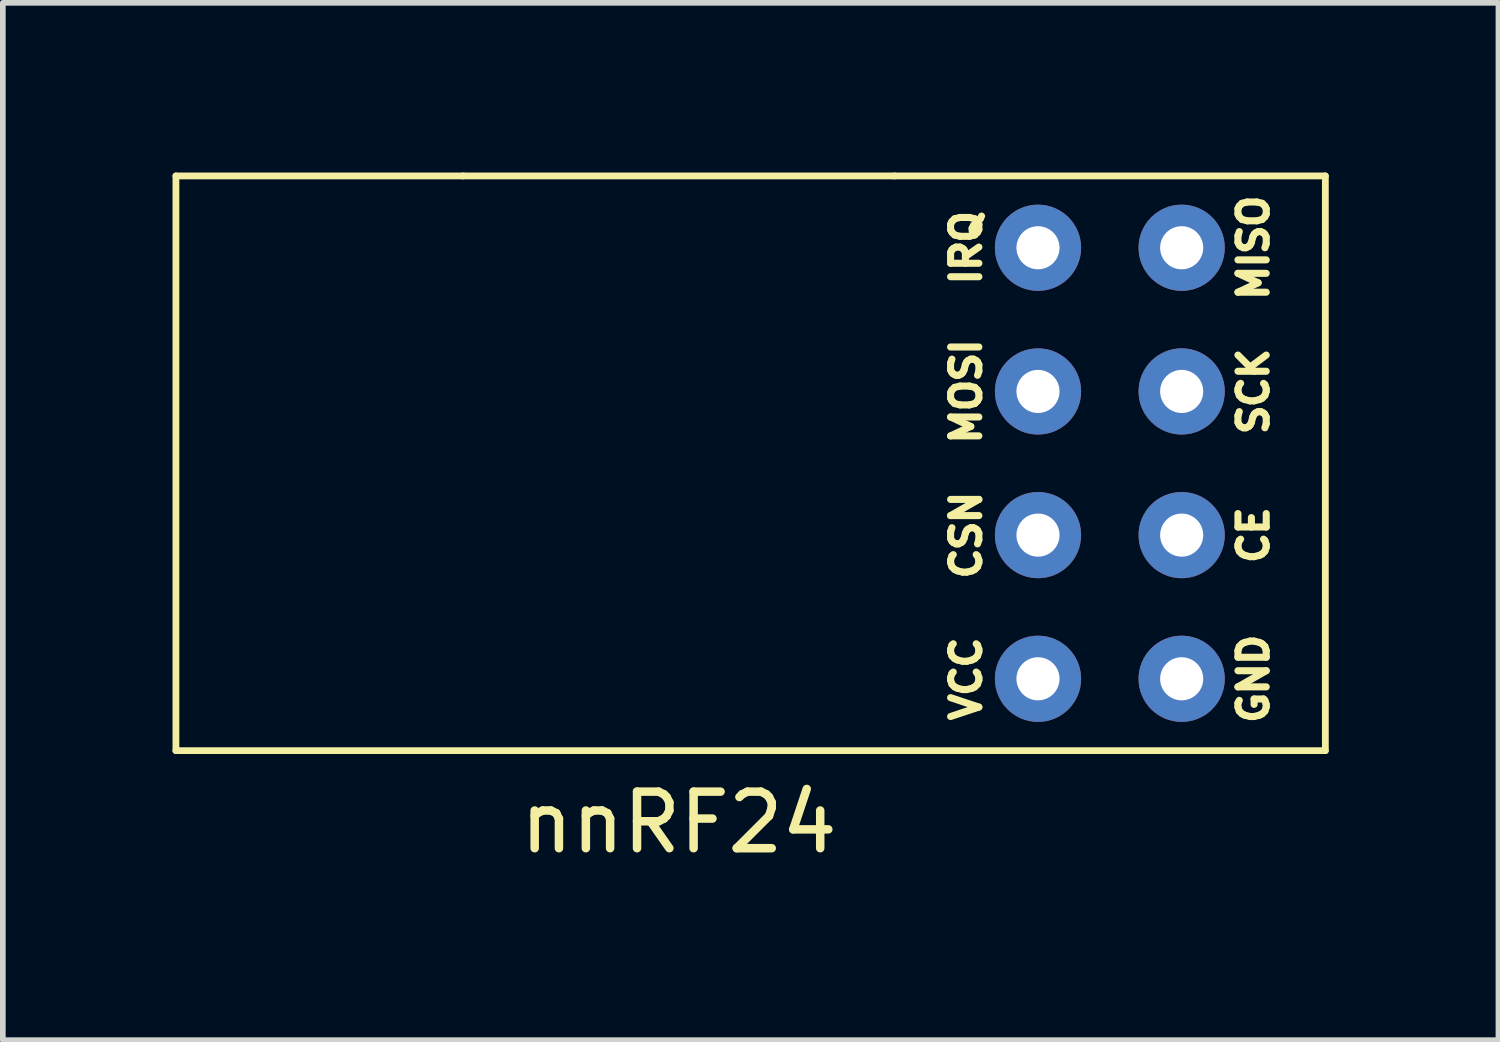
<source format=kicad_pcb>
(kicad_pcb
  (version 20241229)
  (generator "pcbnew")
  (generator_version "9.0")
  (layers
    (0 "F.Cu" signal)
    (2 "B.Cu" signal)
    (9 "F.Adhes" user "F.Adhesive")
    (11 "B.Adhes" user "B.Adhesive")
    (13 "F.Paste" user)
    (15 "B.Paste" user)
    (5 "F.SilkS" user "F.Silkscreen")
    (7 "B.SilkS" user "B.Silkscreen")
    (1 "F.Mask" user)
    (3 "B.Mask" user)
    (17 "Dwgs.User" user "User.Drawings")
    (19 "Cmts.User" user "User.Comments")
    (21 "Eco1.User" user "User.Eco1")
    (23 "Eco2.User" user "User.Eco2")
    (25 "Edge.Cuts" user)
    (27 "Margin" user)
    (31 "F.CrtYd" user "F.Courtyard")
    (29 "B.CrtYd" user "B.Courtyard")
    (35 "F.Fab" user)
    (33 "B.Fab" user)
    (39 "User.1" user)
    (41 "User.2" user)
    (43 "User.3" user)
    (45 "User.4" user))
  (footprint "nnRF24"
    (layer "F.Cu")
    (at 7.68 11.49)
    (property "Reference" "nnRF24" (at 1.27 0 0) (layer "F.SilkS") (effects (font (size 1 1) (thickness 0.15))))
    (attr through_hole)
    (fp_line (start -7.62 -11.43) (end -7.62 -1.27) (stroke (width 0.12) (type solid)) (layer "F.SilkS"))
    (fp_line (start -7.62 -1.27) (end 12.7 -1.27) (stroke (width 0.12) (type solid)) (layer "F.SilkS"))
    (fp_line (start -2.54 -11.43) (end -7.62 -11.43) (stroke (width 0.12) (type solid)) (layer "F.SilkS"))
    (fp_line (start 5.08 -11.43) (end -2.54 -11.43) (stroke (width 0.12) (type solid)) (layer "F.SilkS"))
    (fp_line (start 12.7 -11.43) (end 5.08 -11.43) (stroke (width 0.12) (type solid)) (layer "F.SilkS"))
    (fp_line (start 12.7 -1.27) (end 12.7 -11.43) (stroke (width 0.12) (type solid)) (layer "F.SilkS"))
    (fp_text user "GND" (at 11.43 -2.54 90) (layer "F.SilkS") (effects (font (size 0.5 0.5) (thickness 0.125))))
    (fp_text user "CSN" (at 6.35 -5.08 90) (layer "F.SilkS") (effects (font (size 0.5 0.5) (thickness 0.125))))
    (fp_text user "VCC" (at 6.35 -2.54 90) (layer "F.SilkS") (effects (font (size 0.5 0.5) (thickness 0.125))))
    (fp_text user "MISO" (at 11.43 -10.16 90) (layer "F.SilkS") (effects (font (size 0.5 0.5) (thickness 0.125))))
    (fp_text user "IRQ" (at 6.35 -10.16 90) (layer "F.SilkS") (effects (font (size 0.5 0.5) (thickness 0.125))))
    (fp_text user "CE" (at 11.43 -5.08 90) (layer "F.SilkS") (effects (font (size 0.5 0.5) (thickness 0.125))))
    (fp_text user "SCK" (at 11.43 -7.62 90) (layer "F.SilkS") (effects (font (size 0.5 0.5) (thickness 0.125))))
    (fp_text user "MOSI" (at 6.35 -7.62 90) (layer "F.SilkS") (effects (font (size 0.5 0.5) (thickness 0.125))))
    (pad "0" thru_hole circle (at 10.16 -2.54) (size 1.524 1.524) (drill 0.762) (layers "*.Cu" "*.Mask"))
    (pad "1" thru_hole circle (at 10.16 -5.08) (size 1.524 1.524) (drill 0.762) (layers "*.Cu" "*.Mask"))
    (pad "2" thru_hole circle (at 10.16 -7.62) (size 1.524 1.524) (drill 0.762) (layers "*.Cu" "*.Mask"))
    (pad "3" thru_hole circle (at 10.16 -10.16) (size 1.524 1.524) (drill 0.762) (layers "*.Cu" "*.Mask"))
    (pad "4" thru_hole circle (at 7.62 -10.16) (size 1.524 1.524) (drill 0.762) (layers "*.Cu" "*.Mask"))
    (pad "5" thru_hole circle (at 7.62 -7.62) (size 1.524 1.524) (drill 0.762) (layers "*.Cu" "*.Mask"))
    (pad "6" thru_hole circle (at 7.62 -5.08) (size 1.524 1.524) (drill 0.762) (layers "*.Cu" "*.Mask"))
    (pad "7" thru_hole circle (at 7.62 -2.54) (size 1.524 1.524) (drill 0.762) (layers "*.Cu" "*.Mask")))
  (gr_rect
    (start -3 -3)
    (end 23.44 15.338)
    (stroke (width 0.1) (type default))
    (fill no)
    (layer "Edge.Cuts")))
</source>
